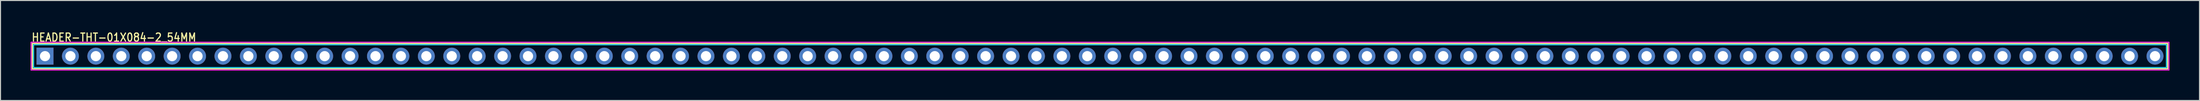
<source format=kicad_pcb>
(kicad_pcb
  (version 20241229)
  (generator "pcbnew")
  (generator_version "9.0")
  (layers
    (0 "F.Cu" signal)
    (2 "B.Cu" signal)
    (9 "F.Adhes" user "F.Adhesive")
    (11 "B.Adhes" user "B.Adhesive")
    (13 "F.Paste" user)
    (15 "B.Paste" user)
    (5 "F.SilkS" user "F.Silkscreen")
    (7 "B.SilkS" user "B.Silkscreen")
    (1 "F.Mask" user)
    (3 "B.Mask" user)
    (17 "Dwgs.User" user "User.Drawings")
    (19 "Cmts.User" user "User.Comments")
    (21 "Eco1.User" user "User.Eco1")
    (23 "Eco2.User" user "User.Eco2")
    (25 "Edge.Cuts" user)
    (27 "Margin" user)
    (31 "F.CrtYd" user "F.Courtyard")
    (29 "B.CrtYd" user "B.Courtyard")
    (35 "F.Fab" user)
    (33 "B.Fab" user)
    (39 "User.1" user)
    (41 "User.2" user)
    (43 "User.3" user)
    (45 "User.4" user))
  (footprint "HEADER-THT-01X084-2_54MM"
    (layer "F.Cu")
    (at 1.447 2.579)
    (property "Reference" "HEADER-THT-01X084-2_54MM" (at -1.4 -1.4 0) (unlocked yes) (layer "F.SilkS") (effects (font (size 0.813 0.695) (thickness 0.122)) (justify left bottom)))
    (fp_line (start -1.27 -1.27) (end -1.27 1.27) (stroke (width 0.127) (type solid)) (layer "F.SilkS"))
    (fp_line (start -1.27 1.27) (end 212.09 1.27) (stroke (width 0.127) (type solid)) (layer "F.SilkS"))
    (fp_line (start 212.09 -1.27) (end -1.27 -1.27) (stroke (width 0.127) (type solid)) (layer "F.SilkS"))
    (fp_line (start 212.09 1.27) (end 212.09 -1.27) (stroke (width 0.127) (type solid)) (layer "F.SilkS"))
    (fp_poly (pts (xy -1.143 -1.143) (xy 211.963 -1.143) (xy 211.963 1.143) (xy -1.143 1.143)) (stroke (width 0.1) (type solid)) (fill no) (layer "B.CrtYd"))
    (fp_poly (pts (xy -1.397 -1.397) (xy 212.217 -1.397) (xy 212.217 1.397) (xy -1.397 1.397)) (stroke (width 0.1) (type solid)) (fill no) (layer "F.CrtYd"))
    (pad "1" thru_hole rect (at 0 0) (size 1.693 1.693) (drill 1.016) (layers "*.Cu" "*.Mask"))
    (pad "2" thru_hole oval (at 2.54 0) (size 1.693 1.693) (drill 1.016) (layers "*.Cu" "*.Mask"))
    (pad "3" thru_hole oval (at 5.08 0) (size 1.693 1.693) (drill 1.016) (layers "*.Cu" "*.Mask"))
    (pad "4" thru_hole oval (at 7.62 0) (size 1.693 1.693) (drill 1.016) (layers "*.Cu" "*.Mask"))
    (pad "5" thru_hole oval (at 10.16 0) (size 1.693 1.693) (drill 1.016) (layers "*.Cu" "*.Mask"))
    (pad "6" thru_hole oval (at 12.7 0) (size 1.693 1.693) (drill 1.016) (layers "*.Cu" "*.Mask"))
    (pad "7" thru_hole oval (at 15.24 0) (size 1.693 1.693) (drill 1.016) (layers "*.Cu" "*.Mask"))
    (pad "8" thru_hole oval (at 17.78 0) (size 1.693 1.693) (drill 1.016) (layers "*.Cu" "*.Mask"))
    (pad "9" thru_hole oval (at 20.32 0) (size 1.693 1.693) (drill 1.016) (layers "*.Cu" "*.Mask"))
    (pad "10" thru_hole oval (at 22.86 0) (size 1.693 1.693) (drill 1.016) (layers "*.Cu" "*.Mask"))
    (pad "11" thru_hole oval (at 25.4 0) (size 1.693 1.693) (drill 1.016) (layers "*.Cu" "*.Mask"))
    (pad "12" thru_hole oval (at 27.94 0) (size 1.693 1.693) (drill 1.016) (layers "*.Cu" "*.Mask"))
    (pad "13" thru_hole oval (at 30.48 0) (size 1.693 1.693) (drill 1.016) (layers "*.Cu" "*.Mask"))
    (pad "14" thru_hole oval (at 33.02 0) (size 1.693 1.693) (drill 1.016) (layers "*.Cu" "*.Mask"))
    (pad "15" thru_hole oval (at 35.56 0) (size 1.693 1.693) (drill 1.016) (layers "*.Cu" "*.Mask"))
    (pad "16" thru_hole oval (at 38.1 0) (size 1.693 1.693) (drill 1.016) (layers "*.Cu" "*.Mask"))
    (pad "17" thru_hole oval (at 40.64 0) (size 1.693 1.693) (drill 1.016) (layers "*.Cu" "*.Mask"))
    (pad "18" thru_hole oval (at 43.18 0) (size 1.693 1.693) (drill 1.016) (layers "*.Cu" "*.Mask"))
    (pad "19" thru_hole oval (at 45.72 0) (size 1.693 1.693) (drill 1.016) (layers "*.Cu" "*.Mask"))
    (pad "20" thru_hole oval (at 48.26 0) (size 1.693 1.693) (drill 1.016) (layers "*.Cu" "*.Mask"))
    (pad "21" thru_hole oval (at 50.8 0) (size 1.693 1.693) (drill 1.016) (layers "*.Cu" "*.Mask"))
    (pad "22" thru_hole oval (at 53.34 0) (size 1.693 1.693) (drill 1.016) (layers "*.Cu" "*.Mask"))
    (pad "23" thru_hole oval (at 55.88 0) (size 1.693 1.693) (drill 1.016) (layers "*.Cu" "*.Mask"))
    (pad "24" thru_hole oval (at 58.42 0) (size 1.693 1.693) (drill 1.016) (layers "*.Cu" "*.Mask"))
    (pad "25" thru_hole oval (at 60.96 0) (size 1.693 1.693) (drill 1.016) (layers "*.Cu" "*.Mask"))
    (pad "26" thru_hole oval (at 63.5 0) (size 1.693 1.693) (drill 1.016) (layers "*.Cu" "*.Mask"))
    (pad "27" thru_hole oval (at 66.04 0) (size 1.693 1.693) (drill 1.016) (layers "*.Cu" "*.Mask"))
    (pad "28" thru_hole oval (at 68.58 0) (size 1.693 1.693) (drill 1.016) (layers "*.Cu" "*.Mask"))
    (pad "29" thru_hole oval (at 71.12 0) (size 1.693 1.693) (drill 1.016) (layers "*.Cu" "*.Mask"))
    (pad "30" thru_hole oval (at 73.66 0) (size 1.693 1.693) (drill 1.016) (layers "*.Cu" "*.Mask"))
    (pad "31" thru_hole oval (at 76.2 0) (size 1.693 1.693) (drill 1.016) (layers "*.Cu" "*.Mask"))
    (pad "32" thru_hole oval (at 78.74 0) (size 1.693 1.693) (drill 1.016) (layers "*.Cu" "*.Mask"))
    (pad "33" thru_hole oval (at 81.28 0) (size 1.693 1.693) (drill 1.016) (layers "*.Cu" "*.Mask"))
    (pad "34" thru_hole oval (at 83.82 0) (size 1.693 1.693) (drill 1.016) (layers "*.Cu" "*.Mask"))
    (pad "35" thru_hole oval (at 86.36 0) (size 1.693 1.693) (drill 1.016) (layers "*.Cu" "*.Mask"))
    (pad "36" thru_hole oval (at 88.9 0) (size 1.693 1.693) (drill 1.016) (layers "*.Cu" "*.Mask"))
    (pad "37" thru_hole oval (at 91.44 0) (size 1.693 1.693) (drill 1.016) (layers "*.Cu" "*.Mask"))
    (pad "38" thru_hole oval (at 93.98 0) (size 1.693 1.693) (drill 1.016) (layers "*.Cu" "*.Mask"))
    (pad "39" thru_hole oval (at 96.52 0) (size 1.693 1.693) (drill 1.016) (layers "*.Cu" "*.Mask"))
    (pad "40" thru_hole oval (at 99.06 0) (size 1.693 1.693) (drill 1.016) (layers "*.Cu" "*.Mask"))
    (pad "41" thru_hole oval (at 101.6 0) (size 1.693 1.693) (drill 1.016) (layers "*.Cu" "*.Mask"))
    (pad "42" thru_hole oval (at 104.14 0) (size 1.693 1.693) (drill 1.016) (layers "*.Cu" "*.Mask"))
    (pad "43" thru_hole oval (at 106.68 0) (size 1.693 1.693) (drill 1.016) (layers "*.Cu" "*.Mask"))
    (pad "44" thru_hole oval (at 109.22 0) (size 1.693 1.693) (drill 1.016) (layers "*.Cu" "*.Mask"))
    (pad "45" thru_hole oval (at 111.76 0) (size 1.693 1.693) (drill 1.016) (layers "*.Cu" "*.Mask"))
    (pad "46" thru_hole oval (at 114.3 0) (size 1.693 1.693) (drill 1.016) (layers "*.Cu" "*.Mask"))
    (pad "47" thru_hole oval (at 116.84 0) (size 1.693 1.693) (drill 1.016) (layers "*.Cu" "*.Mask"))
    (pad "48" thru_hole oval (at 119.38 0) (size 1.693 1.693) (drill 1.016) (layers "*.Cu" "*.Mask"))
    (pad "49" thru_hole oval (at 121.92 0) (size 1.693 1.693) (drill 1.016) (layers "*.Cu" "*.Mask"))
    (pad "50" thru_hole oval (at 124.46 0) (size 1.693 1.693) (drill 1.016) (layers "*.Cu" "*.Mask"))
    (pad "51" thru_hole oval (at 127 0) (size 1.693 1.693) (drill 1.016) (layers "*.Cu" "*.Mask"))
    (pad "52" thru_hole oval (at 129.54 0) (size 1.693 1.693) (drill 1.016) (layers "*.Cu" "*.Mask"))
    (pad "53" thru_hole oval (at 132.08 0) (size 1.693 1.693) (drill 1.016) (layers "*.Cu" "*.Mask"))
    (pad "54" thru_hole oval (at 134.62 0) (size 1.693 1.693) (drill 1.016) (layers "*.Cu" "*.Mask"))
    (pad "55" thru_hole oval (at 137.16 0) (size 1.693 1.693) (drill 1.016) (layers "*.Cu" "*.Mask"))
    (pad "56" thru_hole oval (at 139.7 0) (size 1.693 1.693) (drill 1.016) (layers "*.Cu" "*.Mask"))
    (pad "57" thru_hole oval (at 142.24 0) (size 1.693 1.693) (drill 1.016) (layers "*.Cu" "*.Mask"))
    (pad "58" thru_hole oval (at 144.78 0) (size 1.693 1.693) (drill 1.016) (layers "*.Cu" "*.Mask"))
    (pad "59" thru_hole oval (at 147.32 0) (size 1.693 1.693) (drill 1.016) (layers "*.Cu" "*.Mask"))
    (pad "60" thru_hole oval (at 149.86 0) (size 1.693 1.693) (drill 1.016) (layers "*.Cu" "*.Mask"))
    (pad "61" thru_hole oval (at 152.4 0) (size 1.693 1.693) (drill 1.016) (layers "*.Cu" "*.Mask"))
    (pad "62" thru_hole oval (at 154.94 0) (size 1.693 1.693) (drill 1.016) (layers "*.Cu" "*.Mask"))
    (pad "63" thru_hole oval (at 157.48 0) (size 1.693 1.693) (drill 1.016) (layers "*.Cu" "*.Mask"))
    (pad "64" thru_hole oval (at 160.02 0) (size 1.693 1.693) (drill 1.016) (layers "*.Cu" "*.Mask"))
    (pad "65" thru_hole oval (at 162.56 0) (size 1.693 1.693) (drill 1.016) (layers "*.Cu" "*.Mask"))
    (pad "66" thru_hole oval (at 165.1 0) (size 1.693 1.693) (drill 1.016) (layers "*.Cu" "*.Mask"))
    (pad "67" thru_hole oval (at 167.64 0) (size 1.693 1.693) (drill 1.016) (layers "*.Cu" "*.Mask"))
    (pad "68" thru_hole oval (at 170.18 0) (size 1.693 1.693) (drill 1.016) (layers "*.Cu" "*.Mask"))
    (pad "69" thru_hole oval (at 172.72 0) (size 1.693 1.693) (drill 1.016) (layers "*.Cu" "*.Mask"))
    (pad "70" thru_hole oval (at 175.26 0) (size 1.693 1.693) (drill 1.016) (layers "*.Cu" "*.Mask"))
    (pad "71" thru_hole oval (at 177.8 0) (size 1.693 1.693) (drill 1.016) (layers "*.Cu" "*.Mask"))
    (pad "72" thru_hole oval (at 180.34 0) (size 1.693 1.693) (drill 1.016) (layers "*.Cu" "*.Mask"))
    (pad "73" thru_hole oval (at 182.88 0) (size 1.693 1.693) (drill 1.016) (layers "*.Cu" "*.Mask"))
    (pad "74" thru_hole oval (at 185.42 0) (size 1.693 1.693) (drill 1.016) (layers "*.Cu" "*.Mask"))
    (pad "75" thru_hole oval (at 187.96 0) (size 1.693 1.693) (drill 1.016) (layers "*.Cu" "*.Mask"))
    (pad "76" thru_hole oval (at 190.5 0) (size 1.693 1.693) (drill 1.016) (layers "*.Cu" "*.Mask"))
    (pad "77" thru_hole oval (at 193.04 0) (size 1.693 1.693) (drill 1.016) (layers "*.Cu" "*.Mask"))
    (pad "78" thru_hole oval (at 195.58 0) (size 1.693 1.693) (drill 1.016) (layers "*.Cu" "*.Mask"))
    (pad "79" thru_hole oval (at 198.12 0) (size 1.693 1.693) (drill 1.016) (layers "*.Cu" "*.Mask"))
    (pad "80" thru_hole oval (at 200.66 0) (size 1.693 1.693) (drill 1.016) (layers "*.Cu" "*.Mask"))
    (pad "81" thru_hole oval (at 203.2 0) (size 1.693 1.693) (drill 1.016) (layers "*.Cu" "*.Mask"))
    (pad "82" thru_hole oval (at 205.74 0) (size 1.693 1.693) (drill 1.016) (layers "*.Cu" "*.Mask"))
    (pad "83" thru_hole oval (at 208.28 0) (size 1.693 1.693) (drill 1.016) (layers "*.Cu" "*.Mask"))
    (pad "84" thru_hole oval (at 210.82 0) (size 1.693 1.693) (drill 1.016) (layers "*.Cu" "*.Mask")))
  (gr_rect
    (start -3 -3)
    (end 216.714 7.026)
    (stroke (width 0.1) (type default))
    (fill no)
    (layer "Edge.Cuts")))
</source>
